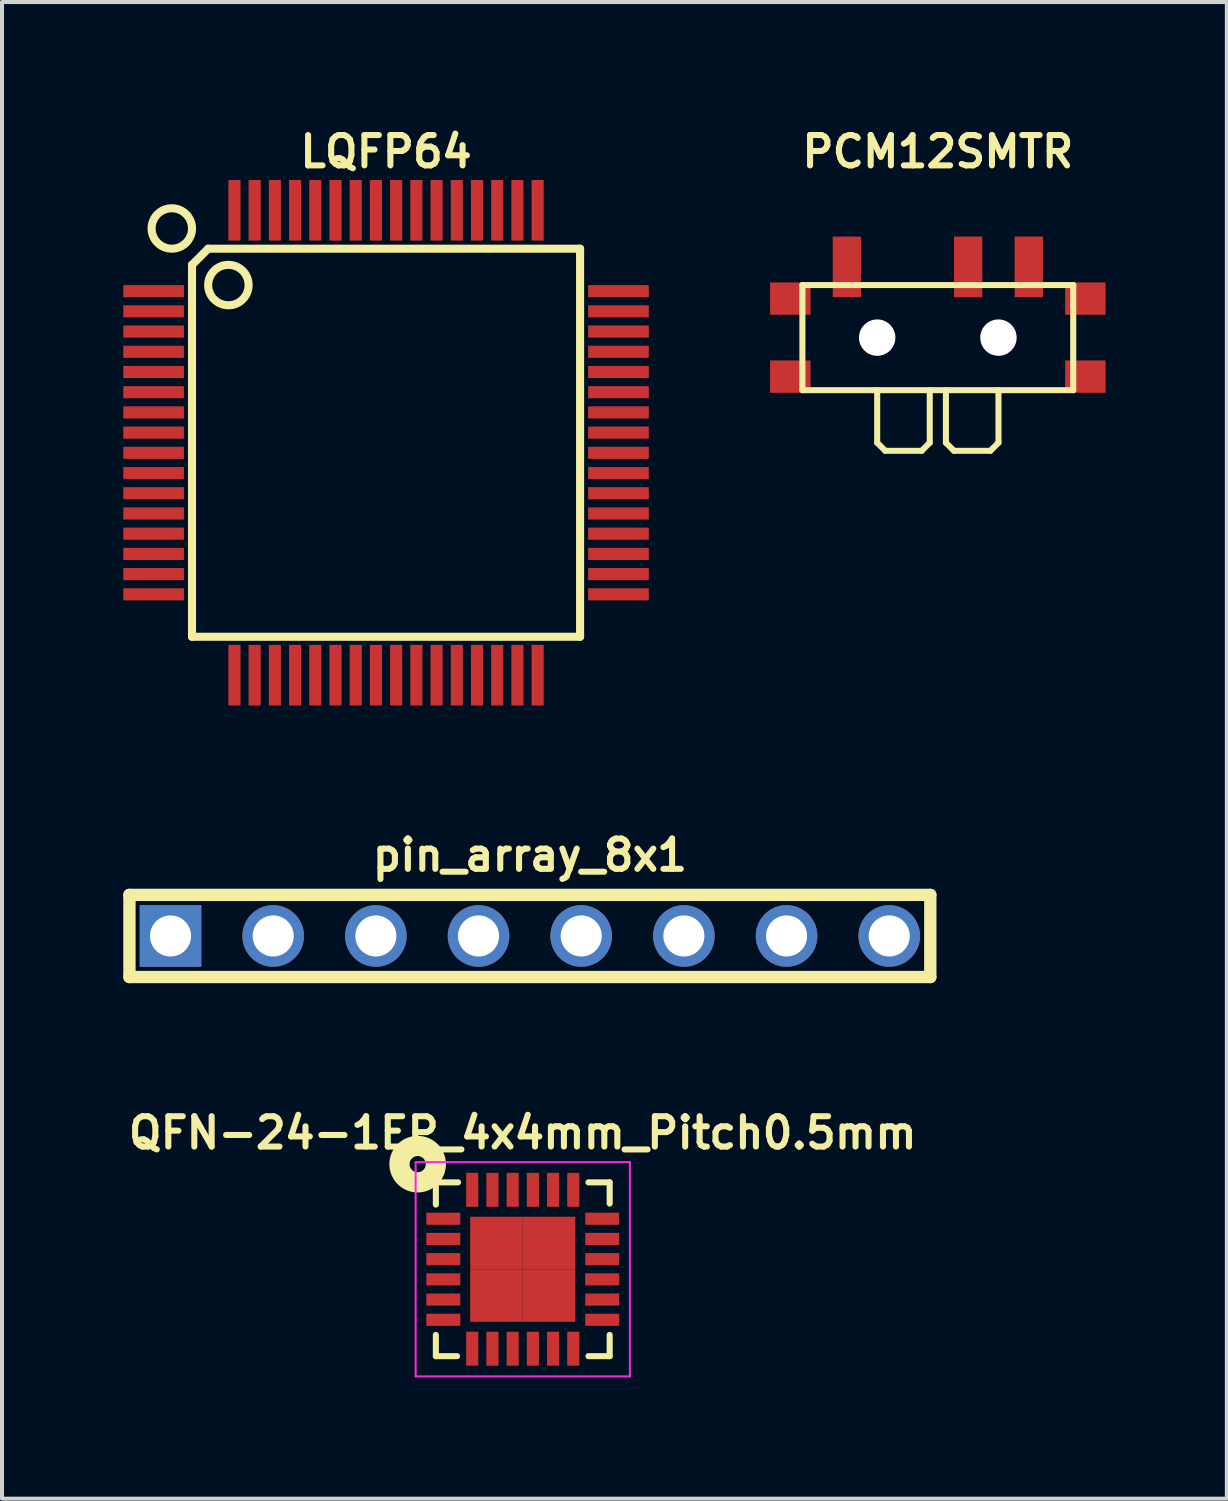
<source format=kicad_pcb>
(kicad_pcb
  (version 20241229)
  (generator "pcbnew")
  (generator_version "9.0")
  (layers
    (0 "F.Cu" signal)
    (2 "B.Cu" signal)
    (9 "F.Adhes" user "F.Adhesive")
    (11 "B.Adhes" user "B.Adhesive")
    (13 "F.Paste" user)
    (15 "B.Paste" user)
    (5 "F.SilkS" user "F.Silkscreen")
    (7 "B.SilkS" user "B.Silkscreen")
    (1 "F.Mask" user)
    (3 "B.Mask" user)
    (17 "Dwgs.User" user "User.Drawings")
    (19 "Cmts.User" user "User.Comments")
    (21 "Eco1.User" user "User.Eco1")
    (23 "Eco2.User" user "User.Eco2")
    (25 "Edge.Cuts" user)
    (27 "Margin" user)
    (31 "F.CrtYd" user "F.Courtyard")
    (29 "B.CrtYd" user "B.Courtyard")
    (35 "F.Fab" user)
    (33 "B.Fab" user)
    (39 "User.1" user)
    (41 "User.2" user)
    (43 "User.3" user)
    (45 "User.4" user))
  (footprint "pin_array_8x1"
    (layer "F.Cu")
    (at 10.058 20.104)
    (property "Reference" "pin_array_8x1" (at 0 -2 0) (layer "F.SilkS") (effects (font (size 0.75 0.75) (thickness 0.15))))
    (attr through_hole)
    (fp_line (start -9.906 -1.016) (end 9.906 -1.016) (stroke (width 0.305) (type solid)) (layer "F.SilkS"))
    (fp_line (start -9.906 1.016) (end -9.906 -1.016) (stroke (width 0.305) (type solid)) (layer "F.SilkS"))
    (fp_line (start 9.906 -1.016) (end 9.906 1.016) (stroke (width 0.305) (type solid)) (layer "F.SilkS"))
    (fp_line (start 9.906 1.016) (end -9.906 1.016) (stroke (width 0.305) (type solid)) (layer "F.SilkS"))
    (pad "1" thru_hole rect (at -8.89 0) (size 1.524 1.524) (drill 1.016) (layers "*.Cu" "*.Mask"))
    (pad "2" thru_hole circle (at -6.35 0) (size 1.524 1.524) (drill 1.016) (layers "*.Cu" "*.Mask"))
    (pad "3" thru_hole circle (at -3.81 0) (size 1.524 1.524) (drill 1.016) (layers "*.Cu" "*.Mask"))
    (pad "4" thru_hole circle (at -1.27 0) (size 1.524 1.524) (drill 1.016) (layers "*.Cu" "*.Mask"))
    (pad "5" thru_hole circle (at 1.27 0) (size 1.524 1.524) (drill 1.016) (layers "*.Cu" "*.Mask"))
    (pad "6" thru_hole circle (at 3.81 0) (size 1.524 1.524) (drill 1.016) (layers "*.Cu" "*.Mask"))
    (pad "7" thru_hole circle (at 6.35 0) (size 1.524 1.524) (drill 1.016) (layers "*.Cu" "*.Mask"))
    (pad "8" thru_hole circle (at 8.89 0) (size 1.524 1.524) (drill 1.016) (layers "*.Cu" "*.Mask")))
  (footprint "QFN-24-1EP_4x4mm_Pitch0.5mm"
    (layer "F.Cu")
    (at 9.882 28.349)
    (property "Reference" "QFN-24-1EP_4x4mm_Pitch0.5mm" (at 0 -3.375 0) (layer "F.SilkS") (effects (font (size 0.75 0.75) (thickness 0.15))))
    (attr smd)
    (fp_line (start -2.15 -2.15) (end -1.6 -2.15) (stroke (width 0.15) (type solid)) (layer "F.SilkS"))
    (fp_line (start -2.15 -1.6) (end -2.15 -2.15) (stroke (width 0.15) (type solid)) (layer "F.SilkS"))
    (fp_line (start -2.15 2.15) (end -2.15 1.625) (stroke (width 0.15) (type solid)) (layer "F.SilkS"))
    (fp_line (start -2.15 2.15) (end -1.625 2.15) (stroke (width 0.15) (type solid)) (layer "F.SilkS"))
    (fp_line (start 2.15 -2.15) (end 1.625 -2.15) (stroke (width 0.15) (type solid)) (layer "F.SilkS"))
    (fp_line (start 2.15 -2.15) (end 2.15 -1.625) (stroke (width 0.15) (type solid)) (layer "F.SilkS"))
    (fp_line (start 2.15 2.15) (end 1.625 2.15) (stroke (width 0.15) (type solid)) (layer "F.SilkS"))
    (fp_line (start 2.15 2.15) (end 2.15 1.625) (stroke (width 0.15) (type solid)) (layer "F.SilkS"))
    (fp_circle (center -2.6 -2.6) (end -2.4 -2.6) (stroke (width 0.5) (type solid)) (fill no) (layer "F.SilkS"))
    (fp_line (start -2.65 -2.65) (end -2.65 2.65) (stroke (width 0.05) (type solid)) (layer "F.CrtYd"))
    (fp_line (start -2.65 -2.65) (end 2.65 -2.65) (stroke (width 0.05) (type solid)) (layer "F.CrtYd"))
    (fp_line (start -2.65 2.65) (end 2.65 2.65) (stroke (width 0.05) (type solid)) (layer "F.CrtYd"))
    (fp_line (start 2.65 -2.65) (end 2.65 2.65) (stroke (width 0.05) (type solid)) (layer "F.CrtYd"))
    (pad "1" smd rect (at -1.965 -1.25) (size 0.84 0.3) (layers "F.Cu" "F.Mask" "F.Paste"))
    (pad "2" smd rect (at -1.965 -0.75) (size 0.84 0.3) (layers "F.Cu" "F.Mask" "F.Paste"))
    (pad "3" smd rect (at -1.965 -0.25) (size 0.84 0.3) (layers "F.Cu" "F.Mask" "F.Paste"))
    (pad "4" smd rect (at -1.965 0.25) (size 0.84 0.3) (layers "F.Cu" "F.Mask" "F.Paste"))
    (pad "5" smd rect (at -1.965 0.75) (size 0.84 0.3) (layers "F.Cu" "F.Mask" "F.Paste"))
    (pad "6" smd rect (at -1.965 1.25) (size 0.84 0.3) (layers "F.Cu" "F.Mask" "F.Paste"))
    (pad "7" smd rect (at -1.25 1.965 90) (size 0.84 0.3) (layers "F.Cu" "F.Mask" "F.Paste"))
    (pad "8" smd rect (at -0.75 1.965 90) (size 0.84 0.3) (layers "F.Cu" "F.Mask" "F.Paste"))
    (pad "9" smd rect (at -0.25 1.965 90) (size 0.84 0.3) (layers "F.Cu" "F.Mask" "F.Paste"))
    (pad "10" smd rect (at 0.25 1.965 90) (size 0.84 0.3) (layers "F.Cu" "F.Mask" "F.Paste"))
    (pad "11" smd rect (at 0.75 1.965 90) (size 0.84 0.3) (layers "F.Cu" "F.Mask" "F.Paste"))
    (pad "12" smd rect (at 1.25 1.965 90) (size 0.84 0.3) (layers "F.Cu" "F.Mask" "F.Paste"))
    (pad "13" smd rect (at 1.965 1.25) (size 0.84 0.3) (layers "F.Cu" "F.Mask" "F.Paste"))
    (pad "14" smd rect (at 1.965 0.75) (size 0.84 0.3) (layers "F.Cu" "F.Mask" "F.Paste"))
    (pad "15" smd rect (at 1.965 0.25) (size 0.84 0.3) (layers "F.Cu" "F.Mask" "F.Paste"))
    (pad "16" smd rect (at 1.965 -0.25) (size 0.84 0.3) (layers "F.Cu" "F.Mask" "F.Paste"))
    (pad "17" smd rect (at 1.965 -0.75) (size 0.84 0.3) (layers "F.Cu" "F.Mask" "F.Paste"))
    (pad "18" smd rect (at 1.965 -1.25) (size 0.84 0.3) (layers "F.Cu" "F.Mask" "F.Paste"))
    (pad "19" smd rect (at 1.25 -1.965 90) (size 0.84 0.3) (layers "F.Cu" "F.Mask" "F.Paste"))
    (pad "20" smd rect (at 0.75 -1.965 90) (size 0.84 0.3) (layers "F.Cu" "F.Mask" "F.Paste"))
    (pad "21" smd rect (at 0.25 -1.965 90) (size 0.84 0.3) (layers "F.Cu" "F.Mask" "F.Paste"))
    (pad "22" smd rect (at -0.25 -1.965 90) (size 0.84 0.3) (layers "F.Cu" "F.Mask" "F.Paste"))
    (pad "23" smd rect (at -0.75 -1.965 90) (size 0.84 0.3) (layers "F.Cu" "F.Mask" "F.Paste"))
    (pad "24" smd rect (at -1.25 -1.965 90) (size 0.84 0.3) (layers "F.Cu" "F.Mask" "F.Paste"))
    (pad "25" smd rect (at -0.65 -0.65) (size 1.3 1.3) (layers "F.Cu" "F.Mask" "F.Paste"))
    (pad "25" smd rect (at -0.65 0.65) (size 1.3 1.3) (layers "F.Cu" "F.Mask" "F.Paste"))
    (pad "25" smd rect (at 0.65 -0.65) (size 1.3 1.3) (layers "F.Cu" "F.Mask" "F.Paste"))
    (pad "25" smd rect (at 0.65 0.65) (size 1.3 1.3) (layers "F.Cu" "F.Mask" "F.Paste")))
  (footprint "LQFP64"
    (layer "F.Cu")
    (at 6.5 7.902)
    (property "Reference" "LQFP64" (at 0 -7.2 0) (layer "F.SilkS") (effects (font (size 0.75 0.75) (thickness 0.15))))
    (attr smd)
    (fp_line (start -4.8 -4.4) (end -4.4 -4.8) (stroke (width 0.2) (type solid)) (layer "F.SilkS"))
    (fp_line (start -4.8 4.8) (end -4.8 -4.4) (stroke (width 0.2) (type solid)) (layer "F.SilkS"))
    (fp_line (start -4.4 -4.8) (end 4.8 -4.8) (stroke (width 0.2) (type solid)) (layer "F.SilkS"))
    (fp_line (start 4.8 -4.8) (end 4.8 4.8) (stroke (width 0.2) (type solid)) (layer "F.SilkS"))
    (fp_line (start 4.8 4.8) (end -4.8 4.8) (stroke (width 0.2) (type solid)) (layer "F.SilkS"))
    (fp_circle (center -5.3 -5.3) (end -4.8 -5.3) (stroke (width 0.2) (type solid)) (fill no) (layer "F.SilkS"))
    (fp_circle (center -3.9 -3.9) (end -3.4 -3.9) (stroke (width 0.2) (type solid)) (fill no) (layer "F.SilkS"))
    (pad "1" smd rect (at -5.75 -3.75) (size 1.5 0.3) (layers "F.Cu" "F.Mask" "F.Paste"))
    (pad "2" smd rect (at -5.75 -3.25) (size 1.5 0.3) (layers "F.Cu" "F.Mask" "F.Paste"))
    (pad "3" smd rect (at -5.75 -2.75) (size 1.5 0.3) (layers "F.Cu" "F.Mask" "F.Paste"))
    (pad "4" smd rect (at -5.75 -2.25) (size 1.5 0.3) (layers "F.Cu" "F.Mask" "F.Paste"))
    (pad "5" smd rect (at -5.75 -1.75) (size 1.5 0.3) (layers "F.Cu" "F.Mask" "F.Paste"))
    (pad "6" smd rect (at -5.75 -1.25) (size 1.5 0.3) (layers "F.Cu" "F.Mask" "F.Paste"))
    (pad "7" smd rect (at -5.75 -0.75) (size 1.5 0.3) (layers "F.Cu" "F.Mask" "F.Paste"))
    (pad "8" smd rect (at -5.75 -0.25) (size 1.5 0.3) (layers "F.Cu" "F.Mask" "F.Paste"))
    (pad "9" smd rect (at -5.75 0.25) (size 1.5 0.3) (layers "F.Cu" "F.Mask" "F.Paste"))
    (pad "10" smd rect (at -5.75 0.75) (size 1.5 0.3) (layers "F.Cu" "F.Mask" "F.Paste"))
    (pad "11" smd rect (at -5.75 1.25) (size 1.5 0.3) (layers "F.Cu" "F.Mask" "F.Paste"))
    (pad "12" smd rect (at -5.75 1.75) (size 1.5 0.3) (layers "F.Cu" "F.Mask" "F.Paste"))
    (pad "13" smd rect (at -5.75 2.25) (size 1.5 0.3) (layers "F.Cu" "F.Mask" "F.Paste"))
    (pad "14" smd rect (at -5.75 2.75) (size 1.5 0.3) (layers "F.Cu" "F.Mask" "F.Paste"))
    (pad "15" smd rect (at -5.75 3.25) (size 1.5 0.3) (layers "F.Cu" "F.Mask" "F.Paste"))
    (pad "16" smd rect (at -5.75 3.75) (size 1.5 0.3) (layers "F.Cu" "F.Mask" "F.Paste"))
    (pad "17" smd rect (at -3.75 5.75 90) (size 1.5 0.3) (layers "F.Cu" "F.Mask" "F.Paste"))
    (pad "18" smd rect (at -3.25 5.75 90) (size 1.5 0.3) (layers "F.Cu" "F.Mask" "F.Paste"))
    (pad "19" smd rect (at -2.75 5.75 90) (size 1.5 0.3) (layers "F.Cu" "F.Mask" "F.Paste"))
    (pad "20" smd rect (at -2.25 5.75 90) (size 1.5 0.3) (layers "F.Cu" "F.Mask" "F.Paste"))
    (pad "21" smd rect (at -1.75 5.75 90) (size 1.5 0.3) (layers "F.Cu" "F.Mask" "F.Paste"))
    (pad "22" smd rect (at -1.25 5.75 90) (size 1.5 0.3) (layers "F.Cu" "F.Mask" "F.Paste"))
    (pad "23" smd rect (at -0.75 5.75 90) (size 1.5 0.3) (layers "F.Cu" "F.Mask" "F.Paste"))
    (pad "24" smd rect (at -0.25 5.75 90) (size 1.5 0.3) (layers "F.Cu" "F.Mask" "F.Paste"))
    (pad "25" smd rect (at 0.25 5.75 90) (size 1.5 0.3) (layers "F.Cu" "F.Mask" "F.Paste"))
    (pad "26" smd rect (at 0.75 5.75 90) (size 1.5 0.3) (layers "F.Cu" "F.Mask" "F.Paste"))
    (pad "27" smd rect (at 1.25 5.75 90) (size 1.5 0.3) (layers "F.Cu" "F.Mask" "F.Paste"))
    (pad "28" smd rect (at 1.75 5.75 90) (size 1.5 0.3) (layers "F.Cu" "F.Mask" "F.Paste"))
    (pad "29" smd rect (at 2.25 5.75 90) (size 1.5 0.3) (layers "F.Cu" "F.Mask" "F.Paste"))
    (pad "30" smd rect (at 2.75 5.75 90) (size 1.5 0.3) (layers "F.Cu" "F.Mask" "F.Paste"))
    (pad "31" smd rect (at 3.25 5.75 90) (size 1.5 0.3) (layers "F.Cu" "F.Mask" "F.Paste"))
    (pad "32" smd rect (at 3.75 5.75 90) (size 1.5 0.3) (layers "F.Cu" "F.Mask" "F.Paste"))
    (pad "33" smd rect (at 5.75 3.75) (size 1.5 0.3) (layers "F.Cu" "F.Mask" "F.Paste"))
    (pad "34" smd rect (at 5.75 3.25) (size 1.5 0.3) (layers "F.Cu" "F.Mask" "F.Paste"))
    (pad "35" smd rect (at 5.75 2.75) (size 1.5 0.3) (layers "F.Cu" "F.Mask" "F.Paste"))
    (pad "36" smd rect (at 5.75 2.25) (size 1.5 0.3) (layers "F.Cu" "F.Mask" "F.Paste"))
    (pad "37" smd rect (at 5.75 1.75) (size 1.5 0.3) (layers "F.Cu" "F.Mask" "F.Paste"))
    (pad "38" smd rect (at 5.75 1.25) (size 1.5 0.3) (layers "F.Cu" "F.Mask" "F.Paste"))
    (pad "39" smd rect (at 5.75 0.75) (size 1.5 0.3) (layers "F.Cu" "F.Mask" "F.Paste"))
    (pad "40" smd rect (at 5.75 0.25) (size 1.5 0.3) (layers "F.Cu" "F.Mask" "F.Paste"))
    (pad "41" smd rect (at 5.75 -0.25) (size 1.5 0.3) (layers "F.Cu" "F.Mask" "F.Paste"))
    (pad "42" smd rect (at 5.75 -0.75) (size 1.5 0.3) (layers "F.Cu" "F.Mask" "F.Paste"))
    (pad "43" smd rect (at 5.75 -1.25) (size 1.5 0.3) (layers "F.Cu" "F.Mask" "F.Paste"))
    (pad "44" smd rect (at 5.75 -1.75) (size 1.5 0.3) (layers "F.Cu" "F.Mask" "F.Paste"))
    (pad "45" smd rect (at 5.75 -2.25) (size 1.5 0.3) (layers "F.Cu" "F.Mask" "F.Paste"))
    (pad "46" smd rect (at 5.75 -2.75) (size 1.5 0.3) (layers "F.Cu" "F.Mask" "F.Paste"))
    (pad "47" smd rect (at 5.75 -3.25) (size 1.5 0.3) (layers "F.Cu" "F.Mask" "F.Paste"))
    (pad "48" smd rect (at 5.75 -3.75) (size 1.5 0.3) (layers "F.Cu" "F.Mask" "F.Paste"))
    (pad "49" smd rect (at 3.75 -5.75 90) (size 1.5 0.3) (layers "F.Cu" "F.Mask" "F.Paste"))
    (pad "50" smd rect (at 3.25 -5.75 90) (size 1.5 0.3) (layers "F.Cu" "F.Mask" "F.Paste"))
    (pad "51" smd rect (at 2.75 -5.75 90) (size 1.5 0.3) (layers "F.Cu" "F.Mask" "F.Paste"))
    (pad "52" smd rect (at 2.25 -5.75 90) (size 1.5 0.3) (layers "F.Cu" "F.Mask" "F.Paste"))
    (pad "53" smd rect (at 1.75 -5.75 90) (size 1.5 0.3) (layers "F.Cu" "F.Mask" "F.Paste"))
    (pad "54" smd rect (at 1.25 -5.75 90) (size 1.5 0.3) (layers "F.Cu" "F.Mask" "F.Paste"))
    (pad "55" smd rect (at 0.75 -5.75 90) (size 1.5 0.3) (layers "F.Cu" "F.Mask" "F.Paste"))
    (pad "56" smd rect (at 0.25 -5.75 90) (size 1.5 0.3) (layers "F.Cu" "F.Mask" "F.Paste"))
    (pad "57" smd rect (at -0.25 -5.75 90) (size 1.5 0.3) (layers "F.Cu" "F.Mask" "F.Paste"))
    (pad "58" smd rect (at -0.75 -5.75 90) (size 1.5 0.3) (layers "F.Cu" "F.Mask" "F.Paste"))
    (pad "59" smd rect (at -1.25 -5.75 90) (size 1.5 0.3) (layers "F.Cu" "F.Mask" "F.Paste"))
    (pad "60" smd rect (at -1.75 -5.75 90) (size 1.5 0.3) (layers "F.Cu" "F.Mask" "F.Paste"))
    (pad "61" smd rect (at -2.25 -5.75 90) (size 1.5 0.3) (layers "F.Cu" "F.Mask" "F.Paste"))
    (pad "62" smd rect (at -2.75 -5.75 90) (size 1.5 0.3) (layers "F.Cu" "F.Mask" "F.Paste"))
    (pad "63" smd rect (at -3.25 -5.75 90) (size 1.5 0.3) (layers "F.Cu" "F.Mask" "F.Paste"))
    (pad "64" smd rect (at -3.75 -5.75 90) (size 1.5 0.3) (layers "F.Cu" "F.Mask" "F.Paste")))
  (footprint "PCM12SMTR"
    (layer "F.Cu")
    (at 20.15 5.302)
    (property "Reference" "PCM12SMTR" (at 0 -4.6 0) (layer "F.SilkS") (effects (font (size 0.75 0.75) (thickness 0.15))))
    (attr through_hole)
    (fp_line (start -3.35 -1.3) (end 3.35 -1.3) (stroke (width 0.15) (type solid)) (layer "F.SilkS"))
    (fp_line (start -3.35 1.3) (end -3.35 -1.3) (stroke (width 0.15) (type solid)) (layer "F.SilkS"))
    (fp_line (start -1.5 2.6) (end -1.5 1.3) (stroke (width 0.15) (type solid)) (layer "F.SilkS"))
    (fp_line (start -1.3 2.8) (end -1.5 2.6) (stroke (width 0.15) (type solid)) (layer "F.SilkS"))
    (fp_line (start -0.4 2.8) (end -1.3 2.8) (stroke (width 0.15) (type solid)) (layer "F.SilkS"))
    (fp_line (start -0.2 1.3) (end -0.2 2.6) (stroke (width 0.15) (type solid)) (layer "F.SilkS"))
    (fp_line (start -0.2 2.6) (end -0.4 2.8) (stroke (width 0.15) (type solid)) (layer "F.SilkS"))
    (fp_line (start 0.2 1.3) (end 0.2 2.6) (stroke (width 0.15) (type solid)) (layer "F.SilkS"))
    (fp_line (start 0.2 2.6) (end 0.4 2.8) (stroke (width 0.15) (type solid)) (layer "F.SilkS"))
    (fp_line (start 0.4 2.8) (end 1.3 2.8) (stroke (width 0.15) (type solid)) (layer "F.SilkS"))
    (fp_line (start 1.3 2.8) (end 1.5 2.6) (stroke (width 0.15) (type solid)) (layer "F.SilkS"))
    (fp_line (start 1.5 2.6) (end 1.5 1.3) (stroke (width 0.15) (type solid)) (layer "F.SilkS"))
    (fp_line (start 3.35 -1.3) (end 3.35 1.3) (stroke (width 0.15) (type solid)) (layer "F.SilkS"))
    (fp_line (start 3.35 1.3) (end -3.35 1.3) (stroke (width 0.15) (type solid)) (layer "F.SilkS"))
    (pad "" smd rect (at -3.65 -0.965) (size 1 0.8) (layers "F.Cu" "F.Mask" "F.Paste"))
    (pad "" smd rect (at -3.65 0.965) (size 1 0.8) (layers "F.Cu" "F.Mask" "F.Paste"))
    (pad "" np_thru_hole circle (at -1.5 0) (size 0.9 0.9) (drill 0.9) (layers "*.Cu" "*.Mask"))
    (pad "" np_thru_hole circle (at 1.5 0) (size 0.9 0.9) (drill 0.9) (layers "*.Cu" "*.Mask"))
    (pad "" smd rect (at 2.25 -1.75) (size 0.7 1.5) (layers "F.Cu" "F.Mask" "F.Paste"))
    (pad "" smd rect (at 3.65 -0.965) (size 1 0.8) (layers "F.Cu" "F.Mask" "F.Paste"))
    (pad "" smd rect (at 3.65 0.965) (size 1 0.8) (layers "F.Cu" "F.Mask" "F.Paste"))
    (pad "1" smd rect (at -2.25 -1.75) (size 0.7 1.5) (layers "F.Cu" "F.Mask" "F.Paste"))
    (pad "2" smd rect (at 0.75 -1.75) (size 0.7 1.5) (layers "F.Cu" "F.Mask" "F.Paste")))
  (gr_rect
    (start -3 -3)
    (end 27.3 34.024)
    (stroke (width 0.1) (type default))
    (fill no)
    (layer "Edge.Cuts")))
</source>
